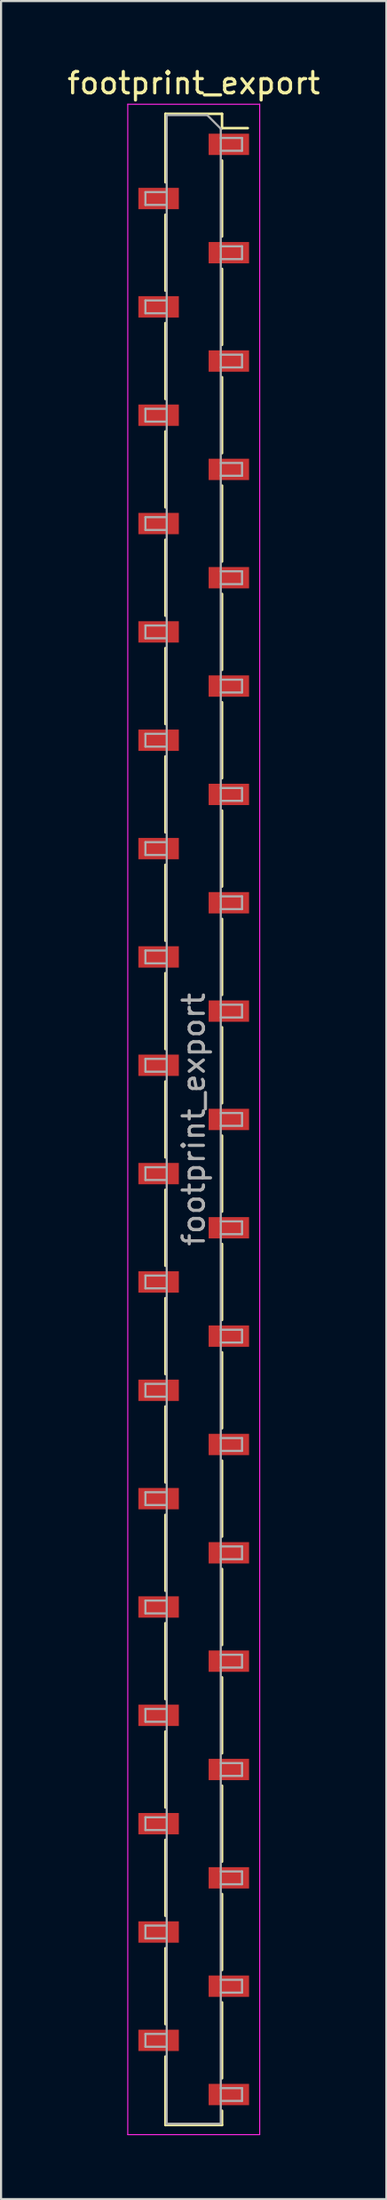
<source format=kicad_pcb>
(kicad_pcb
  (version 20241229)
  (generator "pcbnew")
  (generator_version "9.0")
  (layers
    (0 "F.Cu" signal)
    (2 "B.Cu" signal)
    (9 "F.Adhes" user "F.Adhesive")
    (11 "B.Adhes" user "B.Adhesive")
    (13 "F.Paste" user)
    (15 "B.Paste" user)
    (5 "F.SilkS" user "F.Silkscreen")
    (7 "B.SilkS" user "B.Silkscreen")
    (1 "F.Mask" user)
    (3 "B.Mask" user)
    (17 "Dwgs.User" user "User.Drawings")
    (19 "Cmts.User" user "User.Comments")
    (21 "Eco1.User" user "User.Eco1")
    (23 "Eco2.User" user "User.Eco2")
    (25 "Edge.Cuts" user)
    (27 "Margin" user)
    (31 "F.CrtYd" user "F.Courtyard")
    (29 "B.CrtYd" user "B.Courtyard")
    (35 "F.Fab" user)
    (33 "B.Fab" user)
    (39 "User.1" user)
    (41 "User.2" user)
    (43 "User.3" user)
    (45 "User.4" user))
  (footprint "footprint_export"
    (layer "F.Cu")
    (at 6.054 49.438)
    (property "Reference" "footprint_export" (at 0 -48.59 0) (layer "F.SilkS") (effects (font (size 1 1) (thickness 0.15))))
    (attr smd)
    (fp_line (start -1.33 -47.15) (end -1.33 -43.94) (stroke (width 0.12) (type solid)) (layer "F.SilkS"))
    (fp_line (start -1.33 -47.15) (end 1.33 -47.15) (stroke (width 0.12) (type solid)) (layer "F.SilkS"))
    (fp_line (start -1.33 -42.42) (end -1.33 -38.86) (stroke (width 0.12) (type solid)) (layer "F.SilkS"))
    (fp_line (start -1.33 -37.34) (end -1.33 -33.78) (stroke (width 0.12) (type solid)) (layer "F.SilkS"))
    (fp_line (start -1.33 -32.26) (end -1.33 -28.7) (stroke (width 0.12) (type solid)) (layer "F.SilkS"))
    (fp_line (start -1.33 -27.18) (end -1.33 -23.62) (stroke (width 0.12) (type solid)) (layer "F.SilkS"))
    (fp_line (start -1.33 -22.1) (end -1.33 -18.54) (stroke (width 0.12) (type solid)) (layer "F.SilkS"))
    (fp_line (start -1.33 -17.02) (end -1.33 -13.46) (stroke (width 0.12) (type solid)) (layer "F.SilkS"))
    (fp_line (start -1.33 -11.94) (end -1.33 -8.38) (stroke (width 0.12) (type solid)) (layer "F.SilkS"))
    (fp_line (start -1.33 -6.86) (end -1.33 -3.3) (stroke (width 0.12) (type solid)) (layer "F.SilkS"))
    (fp_line (start -1.33 -1.78) (end -1.33 1.78) (stroke (width 0.12) (type solid)) (layer "F.SilkS"))
    (fp_line (start -1.33 3.3) (end -1.33 6.86) (stroke (width 0.12) (type solid)) (layer "F.SilkS"))
    (fp_line (start -1.33 8.38) (end -1.33 11.94) (stroke (width 0.12) (type solid)) (layer "F.SilkS"))
    (fp_line (start -1.33 13.46) (end -1.33 17.02) (stroke (width 0.12) (type solid)) (layer "F.SilkS"))
    (fp_line (start -1.33 18.54) (end -1.33 22.1) (stroke (width 0.12) (type solid)) (layer "F.SilkS"))
    (fp_line (start -1.33 23.62) (end -1.33 27.18) (stroke (width 0.12) (type solid)) (layer "F.SilkS"))
    (fp_line (start -1.33 28.7) (end -1.33 32.26) (stroke (width 0.12) (type solid)) (layer "F.SilkS"))
    (fp_line (start -1.33 33.78) (end -1.33 37.34) (stroke (width 0.12) (type solid)) (layer "F.SilkS"))
    (fp_line (start -1.33 38.86) (end -1.33 42.42) (stroke (width 0.12) (type solid)) (layer "F.SilkS"))
    (fp_line (start -1.33 43.94) (end -1.33 47.15) (stroke (width 0.12) (type solid)) (layer "F.SilkS"))
    (fp_line (start -1.33 47.15) (end 1.33 47.15) (stroke (width 0.12) (type solid)) (layer "F.SilkS"))
    (fp_line (start 1.33 -47.15) (end 1.33 -46.48) (stroke (width 0.12) (type solid)) (layer "F.SilkS"))
    (fp_line (start 1.33 -46.48) (end 2.54 -46.48) (stroke (width 0.12) (type solid)) (layer "F.SilkS"))
    (fp_line (start 1.33 -44.96) (end 1.33 -41.4) (stroke (width 0.12) (type solid)) (layer "F.SilkS"))
    (fp_line (start 1.33 -39.88) (end 1.33 -36.32) (stroke (width 0.12) (type solid)) (layer "F.SilkS"))
    (fp_line (start 1.33 -34.8) (end 1.33 -31.24) (stroke (width 0.12) (type solid)) (layer "F.SilkS"))
    (fp_line (start 1.33 -29.72) (end 1.33 -26.16) (stroke (width 0.12) (type solid)) (layer "F.SilkS"))
    (fp_line (start 1.33 -24.64) (end 1.33 -21.08) (stroke (width 0.12) (type solid)) (layer "F.SilkS"))
    (fp_line (start 1.33 -19.56) (end 1.33 -16) (stroke (width 0.12) (type solid)) (layer "F.SilkS"))
    (fp_line (start 1.33 -14.48) (end 1.33 -10.92) (stroke (width 0.12) (type solid)) (layer "F.SilkS"))
    (fp_line (start 1.33 -9.4) (end 1.33 -5.84) (stroke (width 0.12) (type solid)) (layer "F.SilkS"))
    (fp_line (start 1.33 -4.32) (end 1.33 -0.76) (stroke (width 0.12) (type solid)) (layer "F.SilkS"))
    (fp_line (start 1.33 0.76) (end 1.33 4.32) (stroke (width 0.12) (type solid)) (layer "F.SilkS"))
    (fp_line (start 1.33 5.84) (end 1.33 9.4) (stroke (width 0.12) (type solid)) (layer "F.SilkS"))
    (fp_line (start 1.33 10.92) (end 1.33 14.48) (stroke (width 0.12) (type solid)) (layer "F.SilkS"))
    (fp_line (start 1.33 16) (end 1.33 19.56) (stroke (width 0.12) (type solid)) (layer "F.SilkS"))
    (fp_line (start 1.33 21.08) (end 1.33 24.64) (stroke (width 0.12) (type solid)) (layer "F.SilkS"))
    (fp_line (start 1.33 26.16) (end 1.33 29.72) (stroke (width 0.12) (type solid)) (layer "F.SilkS"))
    (fp_line (start 1.33 31.24) (end 1.33 34.8) (stroke (width 0.12) (type solid)) (layer "F.SilkS"))
    (fp_line (start 1.33 36.32) (end 1.33 39.88) (stroke (width 0.12) (type solid)) (layer "F.SilkS"))
    (fp_line (start 1.33 41.4) (end 1.33 44.96) (stroke (width 0.12) (type solid)) (layer "F.SilkS"))
    (fp_line (start 1.33 46.48) (end 1.33 47.15) (stroke (width 0.12) (type solid)) (layer "F.SilkS"))
    (fp_line (start -3.1 -47.6) (end 3.1 -47.6) (stroke (width 0.05) (type solid)) (layer "F.CrtYd"))
    (fp_line (start -3.1 47.6) (end -3.1 -47.6) (stroke (width 0.05) (type solid)) (layer "F.CrtYd"))
    (fp_line (start 3.1 -47.6) (end 3.1 47.6) (stroke (width 0.05) (type solid)) (layer "F.CrtYd"))
    (fp_line (start 3.1 47.6) (end -3.1 47.6) (stroke (width 0.05) (type solid)) (layer "F.CrtYd"))
    (fp_line (start -2.27 -43.48) (end -1.27 -43.48) (stroke (width 0.1) (type solid)) (layer "F.Fab"))
    (fp_line (start -2.27 -42.88) (end -2.27 -43.48) (stroke (width 0.1) (type solid)) (layer "F.Fab"))
    (fp_line (start -2.27 -38.4) (end -1.27 -38.4) (stroke (width 0.1) (type solid)) (layer "F.Fab"))
    (fp_line (start -2.27 -37.8) (end -2.27 -38.4) (stroke (width 0.1) (type solid)) (layer "F.Fab"))
    (fp_line (start -2.27 -33.32) (end -1.27 -33.32) (stroke (width 0.1) (type solid)) (layer "F.Fab"))
    (fp_line (start -2.27 -32.72) (end -2.27 -33.32) (stroke (width 0.1) (type solid)) (layer "F.Fab"))
    (fp_line (start -2.27 -28.24) (end -1.27 -28.24) (stroke (width 0.1) (type solid)) (layer "F.Fab"))
    (fp_line (start -2.27 -27.64) (end -2.27 -28.24) (stroke (width 0.1) (type solid)) (layer "F.Fab"))
    (fp_line (start -2.27 -23.16) (end -1.27 -23.16) (stroke (width 0.1) (type solid)) (layer "F.Fab"))
    (fp_line (start -2.27 -22.56) (end -2.27 -23.16) (stroke (width 0.1) (type solid)) (layer "F.Fab"))
    (fp_line (start -2.27 -18.08) (end -1.27 -18.08) (stroke (width 0.1) (type solid)) (layer "F.Fab"))
    (fp_line (start -2.27 -17.48) (end -2.27 -18.08) (stroke (width 0.1) (type solid)) (layer "F.Fab"))
    (fp_line (start -2.27 -13) (end -1.27 -13) (stroke (width 0.1) (type solid)) (layer "F.Fab"))
    (fp_line (start -2.27 -12.4) (end -2.27 -13) (stroke (width 0.1) (type solid)) (layer "F.Fab"))
    (fp_line (start -2.27 -7.92) (end -1.27 -7.92) (stroke (width 0.1) (type solid)) (layer "F.Fab"))
    (fp_line (start -2.27 -7.32) (end -2.27 -7.92) (stroke (width 0.1) (type solid)) (layer "F.Fab"))
    (fp_line (start -2.27 -2.84) (end -1.27 -2.84) (stroke (width 0.1) (type solid)) (layer "F.Fab"))
    (fp_line (start -2.27 -2.24) (end -2.27 -2.84) (stroke (width 0.1) (type solid)) (layer "F.Fab"))
    (fp_line (start -2.27 2.24) (end -1.27 2.24) (stroke (width 0.1) (type solid)) (layer "F.Fab"))
    (fp_line (start -2.27 2.84) (end -2.27 2.24) (stroke (width 0.1) (type solid)) (layer "F.Fab"))
    (fp_line (start -2.27 7.32) (end -1.27 7.32) (stroke (width 0.1) (type solid)) (layer "F.Fab"))
    (fp_line (start -2.27 7.92) (end -2.27 7.32) (stroke (width 0.1) (type solid)) (layer "F.Fab"))
    (fp_line (start -2.27 12.4) (end -1.27 12.4) (stroke (width 0.1) (type solid)) (layer "F.Fab"))
    (fp_line (start -2.27 13) (end -2.27 12.4) (stroke (width 0.1) (type solid)) (layer "F.Fab"))
    (fp_line (start -2.27 17.48) (end -1.27 17.48) (stroke (width 0.1) (type solid)) (layer "F.Fab"))
    (fp_line (start -2.27 18.08) (end -2.27 17.48) (stroke (width 0.1) (type solid)) (layer "F.Fab"))
    (fp_line (start -2.27 22.56) (end -1.27 22.56) (stroke (width 0.1) (type solid)) (layer "F.Fab"))
    (fp_line (start -2.27 23.16) (end -2.27 22.56) (stroke (width 0.1) (type solid)) (layer "F.Fab"))
    (fp_line (start -2.27 27.64) (end -1.27 27.64) (stroke (width 0.1) (type solid)) (layer "F.Fab"))
    (fp_line (start -2.27 28.24) (end -2.27 27.64) (stroke (width 0.1) (type solid)) (layer "F.Fab"))
    (fp_line (start -2.27 32.72) (end -1.27 32.72) (stroke (width 0.1) (type solid)) (layer "F.Fab"))
    (fp_line (start -2.27 33.32) (end -2.27 32.72) (stroke (width 0.1) (type solid)) (layer "F.Fab"))
    (fp_line (start -2.27 37.8) (end -1.27 37.8) (stroke (width 0.1) (type solid)) (layer "F.Fab"))
    (fp_line (start -2.27 38.4) (end -2.27 37.8) (stroke (width 0.1) (type solid)) (layer "F.Fab"))
    (fp_line (start -2.27 42.88) (end -1.27 42.88) (stroke (width 0.1) (type solid)) (layer "F.Fab"))
    (fp_line (start -2.27 43.48) (end -2.27 42.88) (stroke (width 0.1) (type solid)) (layer "F.Fab"))
    (fp_line (start -1.27 -47.09) (end 0.635 -47.09) (stroke (width 0.1) (type solid)) (layer "F.Fab"))
    (fp_line (start -1.27 -42.88) (end -2.27 -42.88) (stroke (width 0.1) (type solid)) (layer "F.Fab"))
    (fp_line (start -1.27 -37.8) (end -2.27 -37.8) (stroke (width 0.1) (type solid)) (layer "F.Fab"))
    (fp_line (start -1.27 -32.72) (end -2.27 -32.72) (stroke (width 0.1) (type solid)) (layer "F.Fab"))
    (fp_line (start -1.27 -27.64) (end -2.27 -27.64) (stroke (width 0.1) (type solid)) (layer "F.Fab"))
    (fp_line (start -1.27 -22.56) (end -2.27 -22.56) (stroke (width 0.1) (type solid)) (layer "F.Fab"))
    (fp_line (start -1.27 -17.48) (end -2.27 -17.48) (stroke (width 0.1) (type solid)) (layer "F.Fab"))
    (fp_line (start -1.27 -12.4) (end -2.27 -12.4) (stroke (width 0.1) (type solid)) (layer "F.Fab"))
    (fp_line (start -1.27 -7.32) (end -2.27 -7.32) (stroke (width 0.1) (type solid)) (layer "F.Fab"))
    (fp_line (start -1.27 -2.24) (end -2.27 -2.24) (stroke (width 0.1) (type solid)) (layer "F.Fab"))
    (fp_line (start -1.27 2.84) (end -2.27 2.84) (stroke (width 0.1) (type solid)) (layer "F.Fab"))
    (fp_line (start -1.27 7.92) (end -2.27 7.92) (stroke (width 0.1) (type solid)) (layer "F.Fab"))
    (fp_line (start -1.27 13) (end -2.27 13) (stroke (width 0.1) (type solid)) (layer "F.Fab"))
    (fp_line (start -1.27 18.08) (end -2.27 18.08) (stroke (width 0.1) (type solid)) (layer "F.Fab"))
    (fp_line (start -1.27 23.16) (end -2.27 23.16) (stroke (width 0.1) (type solid)) (layer "F.Fab"))
    (fp_line (start -1.27 28.24) (end -2.27 28.24) (stroke (width 0.1) (type solid)) (layer "F.Fab"))
    (fp_line (start -1.27 33.32) (end -2.27 33.32) (stroke (width 0.1) (type solid)) (layer "F.Fab"))
    (fp_line (start -1.27 38.4) (end -2.27 38.4) (stroke (width 0.1) (type solid)) (layer "F.Fab"))
    (fp_line (start -1.27 43.48) (end -2.27 43.48) (stroke (width 0.1) (type solid)) (layer "F.Fab"))
    (fp_line (start -1.27 47.09) (end -1.27 -47.09) (stroke (width 0.1) (type solid)) (layer "F.Fab"))
    (fp_line (start 0.635 -47.09) (end 1.27 -46.455) (stroke (width 0.1) (type solid)) (layer "F.Fab"))
    (fp_line (start 1.27 -46.455) (end 1.27 47.09) (stroke (width 0.1) (type solid)) (layer "F.Fab"))
    (fp_line (start 1.27 -46.02) (end 2.27 -46.02) (stroke (width 0.1) (type solid)) (layer "F.Fab"))
    (fp_line (start 1.27 -40.94) (end 2.27 -40.94) (stroke (width 0.1) (type solid)) (layer "F.Fab"))
    (fp_line (start 1.27 -35.86) (end 2.27 -35.86) (stroke (width 0.1) (type solid)) (layer "F.Fab"))
    (fp_line (start 1.27 -30.78) (end 2.27 -30.78) (stroke (width 0.1) (type solid)) (layer "F.Fab"))
    (fp_line (start 1.27 -25.7) (end 2.27 -25.7) (stroke (width 0.1) (type solid)) (layer "F.Fab"))
    (fp_line (start 1.27 -20.62) (end 2.27 -20.62) (stroke (width 0.1) (type solid)) (layer "F.Fab"))
    (fp_line (start 1.27 -15.54) (end 2.27 -15.54) (stroke (width 0.1) (type solid)) (layer "F.Fab"))
    (fp_line (start 1.27 -10.46) (end 2.27 -10.46) (stroke (width 0.1) (type solid)) (layer "F.Fab"))
    (fp_line (start 1.27 -5.38) (end 2.27 -5.38) (stroke (width 0.1) (type solid)) (layer "F.Fab"))
    (fp_line (start 1.27 -0.3) (end 2.27 -0.3) (stroke (width 0.1) (type solid)) (layer "F.Fab"))
    (fp_line (start 1.27 4.78) (end 2.27 4.78) (stroke (width 0.1) (type solid)) (layer "F.Fab"))
    (fp_line (start 1.27 9.86) (end 2.27 9.86) (stroke (width 0.1) (type solid)) (layer "F.Fab"))
    (fp_line (start 1.27 14.94) (end 2.27 14.94) (stroke (width 0.1) (type solid)) (layer "F.Fab"))
    (fp_line (start 1.27 20.02) (end 2.27 20.02) (stroke (width 0.1) (type solid)) (layer "F.Fab"))
    (fp_line (start 1.27 25.1) (end 2.27 25.1) (stroke (width 0.1) (type solid)) (layer "F.Fab"))
    (fp_line (start 1.27 30.18) (end 2.27 30.18) (stroke (width 0.1) (type solid)) (layer "F.Fab"))
    (fp_line (start 1.27 35.26) (end 2.27 35.26) (stroke (width 0.1) (type solid)) (layer "F.Fab"))
    (fp_line (start 1.27 40.34) (end 2.27 40.34) (stroke (width 0.1) (type solid)) (layer "F.Fab"))
    (fp_line (start 1.27 45.42) (end 2.27 45.42) (stroke (width 0.1) (type solid)) (layer "F.Fab"))
    (fp_line (start 1.27 47.09) (end -1.27 47.09) (stroke (width 0.1) (type solid)) (layer "F.Fab"))
    (fp_line (start 2.27 -46.02) (end 2.27 -45.42) (stroke (width 0.1) (type solid)) (layer "F.Fab"))
    (fp_line (start 2.27 -45.42) (end 1.27 -45.42) (stroke (width 0.1) (type solid)) (layer "F.Fab"))
    (fp_line (start 2.27 -40.94) (end 2.27 -40.34) (stroke (width 0.1) (type solid)) (layer "F.Fab"))
    (fp_line (start 2.27 -40.34) (end 1.27 -40.34) (stroke (width 0.1) (type solid)) (layer "F.Fab"))
    (fp_line (start 2.27 -35.86) (end 2.27 -35.26) (stroke (width 0.1) (type solid)) (layer "F.Fab"))
    (fp_line (start 2.27 -35.26) (end 1.27 -35.26) (stroke (width 0.1) (type solid)) (layer "F.Fab"))
    (fp_line (start 2.27 -30.78) (end 2.27 -30.18) (stroke (width 0.1) (type solid)) (layer "F.Fab"))
    (fp_line (start 2.27 -30.18) (end 1.27 -30.18) (stroke (width 0.1) (type solid)) (layer "F.Fab"))
    (fp_line (start 2.27 -25.7) (end 2.27 -25.1) (stroke (width 0.1) (type solid)) (layer "F.Fab"))
    (fp_line (start 2.27 -25.1) (end 1.27 -25.1) (stroke (width 0.1) (type solid)) (layer "F.Fab"))
    (fp_line (start 2.27 -20.62) (end 2.27 -20.02) (stroke (width 0.1) (type solid)) (layer "F.Fab"))
    (fp_line (start 2.27 -20.02) (end 1.27 -20.02) (stroke (width 0.1) (type solid)) (layer "F.Fab"))
    (fp_line (start 2.27 -15.54) (end 2.27 -14.94) (stroke (width 0.1) (type solid)) (layer "F.Fab"))
    (fp_line (start 2.27 -14.94) (end 1.27 -14.94) (stroke (width 0.1) (type solid)) (layer "F.Fab"))
    (fp_line (start 2.27 -10.46) (end 2.27 -9.86) (stroke (width 0.1) (type solid)) (layer "F.Fab"))
    (fp_line (start 2.27 -9.86) (end 1.27 -9.86) (stroke (width 0.1) (type solid)) (layer "F.Fab"))
    (fp_line (start 2.27 -5.38) (end 2.27 -4.78) (stroke (width 0.1) (type solid)) (layer "F.Fab"))
    (fp_line (start 2.27 -4.78) (end 1.27 -4.78) (stroke (width 0.1) (type solid)) (layer "F.Fab"))
    (fp_line (start 2.27 -0.3) (end 2.27 0.3) (stroke (width 0.1) (type solid)) (layer "F.Fab"))
    (fp_line (start 2.27 0.3) (end 1.27 0.3) (stroke (width 0.1) (type solid)) (layer "F.Fab"))
    (fp_line (start 2.27 4.78) (end 2.27 5.38) (stroke (width 0.1) (type solid)) (layer "F.Fab"))
    (fp_line (start 2.27 5.38) (end 1.27 5.38) (stroke (width 0.1) (type solid)) (layer "F.Fab"))
    (fp_line (start 2.27 9.86) (end 2.27 10.46) (stroke (width 0.1) (type solid)) (layer "F.Fab"))
    (fp_line (start 2.27 10.46) (end 1.27 10.46) (stroke (width 0.1) (type solid)) (layer "F.Fab"))
    (fp_line (start 2.27 14.94) (end 2.27 15.54) (stroke (width 0.1) (type solid)) (layer "F.Fab"))
    (fp_line (start 2.27 15.54) (end 1.27 15.54) (stroke (width 0.1) (type solid)) (layer "F.Fab"))
    (fp_line (start 2.27 20.02) (end 2.27 20.62) (stroke (width 0.1) (type solid)) (layer "F.Fab"))
    (fp_line (start 2.27 20.62) (end 1.27 20.62) (stroke (width 0.1) (type solid)) (layer "F.Fab"))
    (fp_line (start 2.27 25.1) (end 2.27 25.7) (stroke (width 0.1) (type solid)) (layer "F.Fab"))
    (fp_line (start 2.27 25.7) (end 1.27 25.7) (stroke (width 0.1) (type solid)) (layer "F.Fab"))
    (fp_line (start 2.27 30.18) (end 2.27 30.78) (stroke (width 0.1) (type solid)) (layer "F.Fab"))
    (fp_line (start 2.27 30.78) (end 1.27 30.78) (stroke (width 0.1) (type solid)) (layer "F.Fab"))
    (fp_line (start 2.27 35.26) (end 2.27 35.86) (stroke (width 0.1) (type solid)) (layer "F.Fab"))
    (fp_line (start 2.27 35.86) (end 1.27 35.86) (stroke (width 0.1) (type solid)) (layer "F.Fab"))
    (fp_line (start 2.27 40.34) (end 2.27 40.94) (stroke (width 0.1) (type solid)) (layer "F.Fab"))
    (fp_line (start 2.27 40.94) (end 1.27 40.94) (stroke (width 0.1) (type solid)) (layer "F.Fab"))
    (fp_line (start 2.27 45.42) (end 2.27 46.02) (stroke (width 0.1) (type solid)) (layer "F.Fab"))
    (fp_line (start 2.27 46.02) (end 1.27 46.02) (stroke (width 0.1) (type solid)) (layer "F.Fab"))
    (fp_text user "${REFERENCE}" (at 0 0 90) (layer "F.Fab") (effects (font (size 1 1) (thickness 0.15))))
    (pad "1" smd rect (at 1.65 -45.72) (size 1.9 1) (layers "F.Cu" "F.Mask" "F.Paste"))
    (pad "2" smd rect (at -1.65 -43.18) (size 1.9 1) (layers "F.Cu" "F.Mask" "F.Paste"))
    (pad "3" smd rect (at 1.65 -40.64) (size 1.9 1) (layers "F.Cu" "F.Mask" "F.Paste"))
    (pad "4" smd rect (at -1.65 -38.1) (size 1.9 1) (layers "F.Cu" "F.Mask" "F.Paste"))
    (pad "5" smd rect (at 1.65 -35.56) (size 1.9 1) (layers "F.Cu" "F.Mask" "F.Paste"))
    (pad "6" smd rect (at -1.65 -33.02) (size 1.9 1) (layers "F.Cu" "F.Mask" "F.Paste"))
    (pad "7" smd rect (at 1.65 -30.48) (size 1.9 1) (layers "F.Cu" "F.Mask" "F.Paste"))
    (pad "8" smd rect (at -1.65 -27.94) (size 1.9 1) (layers "F.Cu" "F.Mask" "F.Paste"))
    (pad "9" smd rect (at 1.65 -25.4) (size 1.9 1) (layers "F.Cu" "F.Mask" "F.Paste"))
    (pad "10" smd rect (at -1.65 -22.86) (size 1.9 1) (layers "F.Cu" "F.Mask" "F.Paste"))
    (pad "11" smd rect (at 1.65 -20.32) (size 1.9 1) (layers "F.Cu" "F.Mask" "F.Paste"))
    (pad "12" smd rect (at -1.65 -17.78) (size 1.9 1) (layers "F.Cu" "F.Mask" "F.Paste"))
    (pad "13" smd rect (at 1.65 -15.24) (size 1.9 1) (layers "F.Cu" "F.Mask" "F.Paste"))
    (pad "14" smd rect (at -1.65 -12.7) (size 1.9 1) (layers "F.Cu" "F.Mask" "F.Paste"))
    (pad "15" smd rect (at 1.65 -10.16) (size 1.9 1) (layers "F.Cu" "F.Mask" "F.Paste"))
    (pad "16" smd rect (at -1.65 -7.62) (size 1.9 1) (layers "F.Cu" "F.Mask" "F.Paste"))
    (pad "17" smd rect (at 1.65 -5.08) (size 1.9 1) (layers "F.Cu" "F.Mask" "F.Paste"))
    (pad "18" smd rect (at -1.65 -2.54) (size 1.9 1) (layers "F.Cu" "F.Mask" "F.Paste"))
    (pad "19" smd rect (at 1.65 0) (size 1.9 1) (layers "F.Cu" "F.Mask" "F.Paste"))
    (pad "20" smd rect (at -1.65 2.54) (size 1.9 1) (layers "F.Cu" "F.Mask" "F.Paste"))
    (pad "21" smd rect (at 1.65 5.08) (size 1.9 1) (layers "F.Cu" "F.Mask" "F.Paste"))
    (pad "22" smd rect (at -1.65 7.62) (size 1.9 1) (layers "F.Cu" "F.Mask" "F.Paste"))
    (pad "23" smd rect (at 1.65 10.16) (size 1.9 1) (layers "F.Cu" "F.Mask" "F.Paste"))
    (pad "24" smd rect (at -1.65 12.7) (size 1.9 1) (layers "F.Cu" "F.Mask" "F.Paste"))
    (pad "25" smd rect (at 1.65 15.24) (size 1.9 1) (layers "F.Cu" "F.Mask" "F.Paste"))
    (pad "26" smd rect (at -1.65 17.78) (size 1.9 1) (layers "F.Cu" "F.Mask" "F.Paste"))
    (pad "27" smd rect (at 1.65 20.32) (size 1.9 1) (layers "F.Cu" "F.Mask" "F.Paste"))
    (pad "28" smd rect (at -1.65 22.86) (size 1.9 1) (layers "F.Cu" "F.Mask" "F.Paste"))
    (pad "29" smd rect (at 1.65 25.4) (size 1.9 1) (layers "F.Cu" "F.Mask" "F.Paste"))
    (pad "30" smd rect (at -1.65 27.94) (size 1.9 1) (layers "F.Cu" "F.Mask" "F.Paste"))
    (pad "31" smd rect (at 1.65 30.48) (size 1.9 1) (layers "F.Cu" "F.Mask" "F.Paste"))
    (pad "32" smd rect (at -1.65 33.02) (size 1.9 1) (layers "F.Cu" "F.Mask" "F.Paste"))
    (pad "33" smd rect (at 1.65 35.56) (size 1.9 1) (layers "F.Cu" "F.Mask" "F.Paste"))
    (pad "34" smd rect (at -1.65 38.1) (size 1.9 1) (layers "F.Cu" "F.Mask" "F.Paste"))
    (pad "35" smd rect (at 1.65 40.64) (size 1.9 1) (layers "F.Cu" "F.Mask" "F.Paste"))
    (pad "36" smd rect (at -1.65 43.18) (size 1.9 1) (layers "F.Cu" "F.Mask" "F.Paste"))
    (pad "37" smd rect (at 1.65 45.72) (size 1.9 1) (layers "F.Cu" "F.Mask" "F.Paste")))
  (gr_rect
    (start -3 -3)
    (end 15.107 100.063)
    (stroke (width 0.1) (type default))
    (fill no)
    (layer "Edge.Cuts")))
</source>
